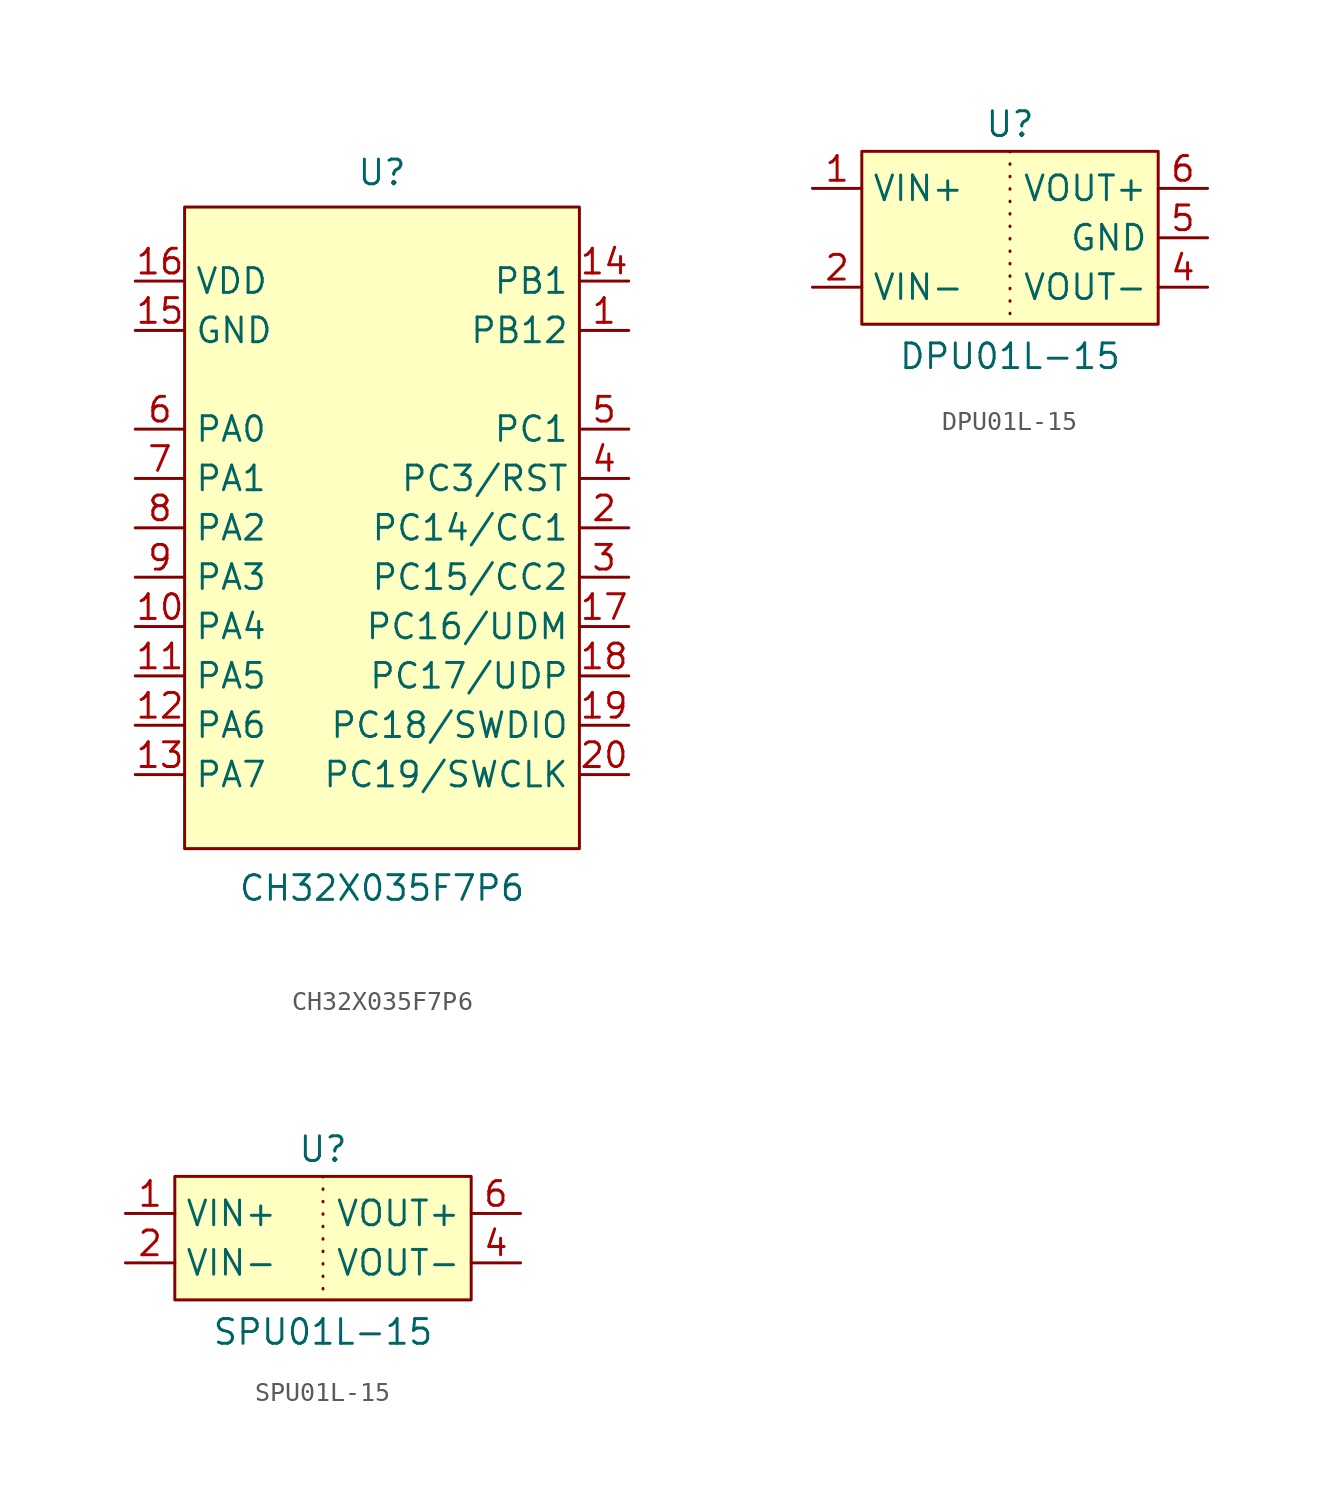
<source format=kicad_sym>
(kicad_symbol_lib
  (version 20241209)
  (generator "kicad_symbol_editor")
  (generator_version "9.0")
  (symbol "CH32X035F7P6"
    (property "Reference" "U"
      (at 0 18.288 0)
      (effects (font (size 1.27 1.27))))
    (property "Value" "CH32X035F7P6"
      (at 0 -18.542 0)
      (effects (font (size 1.27 1.27))))
    (symbol "CH32X035F7P6_0_0"
      (pin power_in line (at -12.7 12.7 0) (length 2.54) (name "VDD" (effects (font (size 1.27 1.27)))) (number "16" (effects (font (size 1.27 1.27)))))
      (pin power_in line (at -12.7 10.16 0) (length 2.54) (name "GND" (effects (font (size 1.27 1.27)))) (number "15" (effects (font (size 1.27 1.27)))))
      (pin bidirectional line (at -12.7 5.08 0) (length 2.54) (name "PA0" (effects (font (size 1.27 1.27)))) (number "6" (effects (font (size 1.27 1.27)))))
      (pin bidirectional line (at -12.7 2.54 0) (length 2.54) (name "PA1" (effects (font (size 1.27 1.27)))) (number "7" (effects (font (size 1.27 1.27)))))
      (pin bidirectional line (at -12.7 0 0) (length 2.54) (name "PA2" (effects (font (size 1.27 1.27)))) (number "8" (effects (font (size 1.27 1.27)))))
      (pin bidirectional line (at -12.7 -2.54 0) (length 2.54) (name "PA3" (effects (font (size 1.27 1.27)))) (number "9" (effects (font (size 1.27 1.27)))))
      (pin bidirectional line (at -12.7 -5.08 0) (length 2.54) (name "PA4" (effects (font (size 1.27 1.27)))) (number "10" (effects (font (size 1.27 1.27)))))
      (pin bidirectional line (at -12.7 -7.62 0) (length 2.54) (name "PA5" (effects (font (size 1.27 1.27)))) (number "11" (effects (font (size 1.27 1.27)))))
      (pin bidirectional line (at -12.7 -10.16 0) (length 2.54) (name "PA6" (effects (font (size 1.27 1.27)))) (number "12" (effects (font (size 1.27 1.27)))))
      (pin bidirectional line (at -12.7 -12.7 0) (length 2.54) (name "PA7" (effects (font (size 1.27 1.27)))) (number "13" (effects (font (size 1.27 1.27)))))
      (pin bidirectional line (at 12.7 12.7 180) (length 2.54) (name "PB1" (effects (font (size 1.27 1.27)))) (number "14" (effects (font (size 1.27 1.27)))))
      (pin bidirectional line (at 12.7 10.16 180) (length 2.54) (name "PB12" (effects (font (size 1.27 1.27)))) (number "1" (effects (font (size 1.27 1.27)))))
      (pin bidirectional line (at 12.7 5.08 180) (length 2.54) (name "PC1" (effects (font (size 1.27 1.27)))) (number "5" (effects (font (size 1.27 1.27)))))
      (pin bidirectional line (at 12.7 2.54 180) (length 2.54) (name "PC3/RST" (effects (font (size 1.27 1.27)))) (number "4" (effects (font (size 1.27 1.27)))))
      (pin bidirectional line (at 12.7 0 180) (length 2.54) (name "PC14/CC1" (effects (font (size 1.27 1.27)))) (number "2" (effects (font (size 1.27 1.27)))))
      (pin bidirectional line (at 12.7 -2.54 180) (length 2.54) (name "PC15/CC2" (effects (font (size 1.27 1.27)))) (number "3" (effects (font (size 1.27 1.27)))))
      (pin bidirectional line (at 12.7 -5.08 180) (length 2.54) (name "PC16/UDM" (effects (font (size 1.27 1.27)))) (number "17" (effects (font (size 1.27 1.27)))))
      (pin bidirectional line (at 12.7 -7.62 180) (length 2.54) (name "PC17/UDP" (effects (font (size 1.27 1.27)))) (number "18" (effects (font (size 1.27 1.27)))))
      (pin bidirectional line (at 12.7 -10.16 180) (length 2.54) (name "PC18/SWDIO" (effects (font (size 1.27 1.27)))) (number "19" (effects (font (size 1.27 1.27)))))
      (pin bidirectional line (at 12.7 -12.7 180) (length 2.54) (name "PC19/SWCLK" (effects (font (size 1.27 1.27)))) (number "20" (effects (font (size 1.27 1.27))))))
    (symbol "CH32X035F7P6_1_1"
      (rectangle (start -10.16 16.51) (end 10.16 -16.51) (stroke (width 0) (type default)) (fill (type background)))))
  (symbol "DPU01L-15"
    (property "Reference" "U"
      (at 0 3.302 0)
      (effects (font (size 1.27 1.27))))
    (property "Value" "DPU01L-15"
      (at 0 -8.636 0)
      (effects (font (size 1.27 1.27))))
    (symbol "DPU01L-15_0_0"
      (pin power_in line (at -10.16 0 0) (length 2.54) (name "VIN+" (effects (font (size 1.27 1.27)))) (number "1" (effects (font (size 1.27 1.27)))))
      (pin power_in line (at -10.16 -5.08 0) (length 2.54) (name "VIN-" (effects (font (size 1.27 1.27)))) (number "2" (effects (font (size 1.27 1.27))))))
    (symbol "DPU01L-15_1_0"
      (pin power_out line (at 10.16 0 180) (length 2.54) (name "VOUT+" (effects (font (size 1.27 1.27)))) (number "6" (effects (font (size 1.27 1.27)))))
      (pin power_out line (at 10.16 -2.54 180) (length 2.54) (name "GND" (effects (font (size 1.27 1.27)))) (number "5" (effects (font (size 1.27 1.27)))))
      (pin power_out line (at 10.16 -5.08 180) (length 2.54) (name "VOUT-" (effects (font (size 1.27 1.27)))) (number "4" (effects (font (size 1.27 1.27))))))
    (symbol "DPU01L-15_1_1"
      (rectangle (start -7.62 1.905) (end 7.62 -6.985) (stroke (width 0) (type solid)) (fill (type background)))
      (polyline (pts (xy 0 1.905) (xy 0 -6.985)) (stroke (width 0) (type dot)) (fill (type none)))))
  (symbol "SPU01L-15"
    (property "Reference" "U"
      (at 0 3.302 0)
      (effects (font (size 1.27 1.27))))
    (property "Value" "SPU01L-15"
      (at 0 -6.096 0)
      (effects (font (size 1.27 1.27))))
    (symbol "SPU01L-15_0_0"
      (pin power_in line (at -10.16 0 0) (length 2.54) (name "VIN+" (effects (font (size 1.27 1.27)))) (number "1" (effects (font (size 1.27 1.27)))))
      (pin power_in line (at -10.16 -2.54 0) (length 2.54) (name "VIN-" (effects (font (size 1.27 1.27)))) (number "2" (effects (font (size 1.27 1.27))))))
    (symbol "SPU01L-15_1_0"
      (pin power_out line (at 10.16 0 180) (length 2.54) (name "VOUT+" (effects (font (size 1.27 1.27)))) (number "6" (effects (font (size 1.27 1.27)))))
      (pin power_out line (at 10.16 -2.54 180) (length 2.54) (name "VOUT-" (effects (font (size 1.27 1.27)))) (number "4" (effects (font (size 1.27 1.27))))))
    (symbol "SPU01L-15_1_1"
      (rectangle (start -7.62 1.905) (end 7.62 -4.445) (stroke (width 0) (type solid)) (fill (type background)))
      (polyline (pts (xy 0 1.905) (xy 0 -4.445)) (stroke (width 0) (type dot)) (fill (type none))))))
</source>
